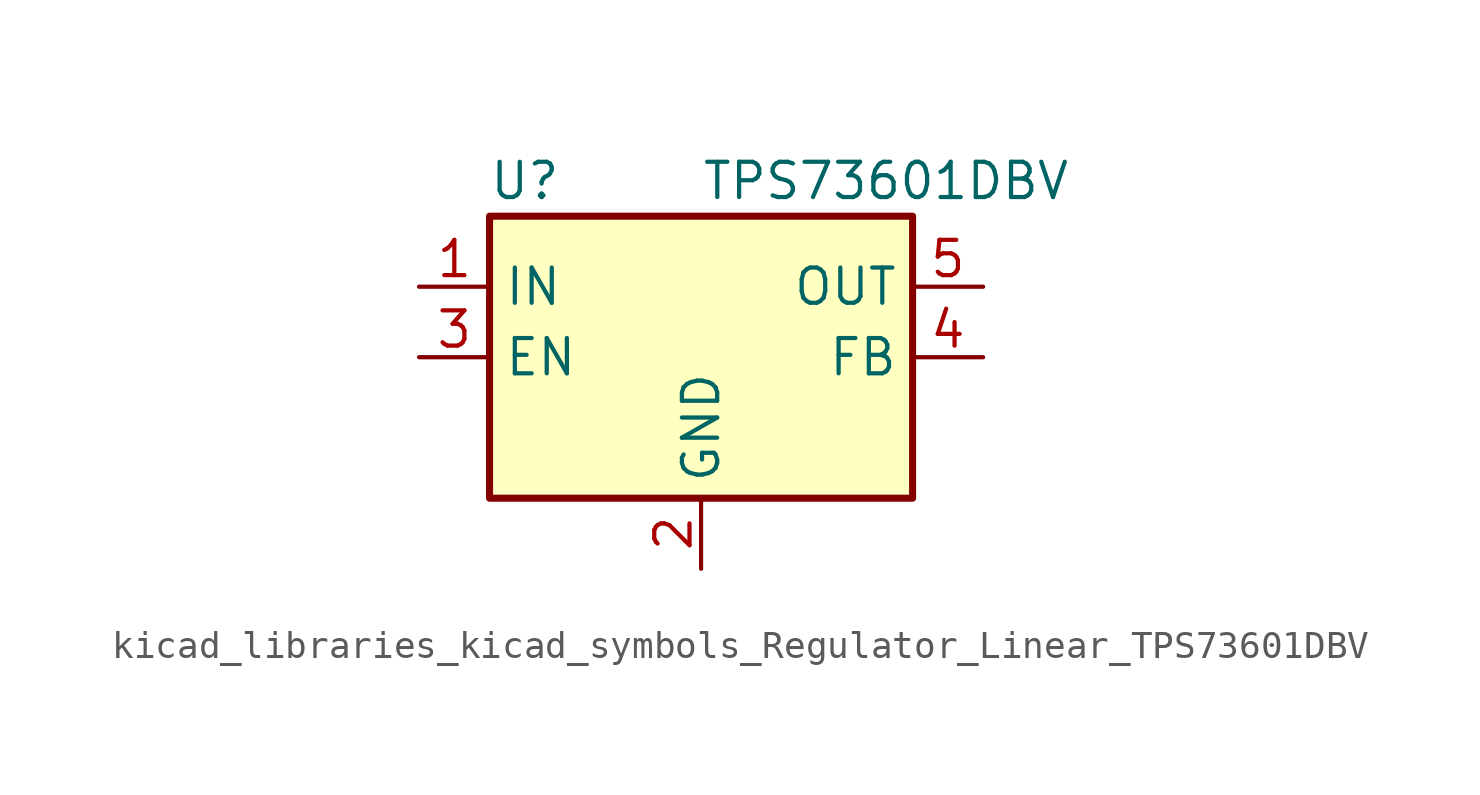
<source format=kicad_sym>
(kicad_symbol_lib
  (version 20220914)
  (generator kicad_symbol_editor)
  (symbol "kicad_libraries_kicad_symbols_Regulator_Linear_TPS73601DBV"
    (property "Reference" "U"
      (at -6.35 6.35 0)
      (effects (font (size 1.27 1.27))))
    (property "Value" "TPS73601DBV"
      (at 0 6.35 0)
      (effects (font (size 1.27 1.27)) (justify left)))
    (symbol "kicad_libraries_kicad_symbols_Regulator_Linear_TPS73601DBV_0_1"
      (rectangle (start -7.62 -5.08) (end 7.62 5.08) (stroke (width 0.254) (type default)) (fill (type background))))
    (symbol "kicad_libraries_kicad_symbols_Regulator_Linear_TPS73601DBV_1_1"
      (pin power_in line (at -10.16 2.54 0) (length 2.54) (name "IN" (effects (font (size 1.27 1.27)))) (number "1" (effects (font (size 1.27 1.27)))))
      (pin power_in line (at 0 -7.62 90) (length 2.54) (name "GND" (effects (font (size 1.27 1.27)))) (number "2" (effects (font (size 1.27 1.27)))))
      (pin input line (at -10.16 0 0) (length 2.54) (name "EN" (effects (font (size 1.27 1.27)))) (number "3" (effects (font (size 1.27 1.27)))))
      (pin input line (at 10.16 0 180) (length 2.54) (name "FB" (effects (font (size 1.27 1.27)))) (number "4" (effects (font (size 1.27 1.27)))))
      (pin power_out line (at 10.16 2.54 180) (length 2.54) (name "OUT" (effects (font (size 1.27 1.27)))) (number "5" (effects (font (size 1.27 1.27))))))))
</source>
